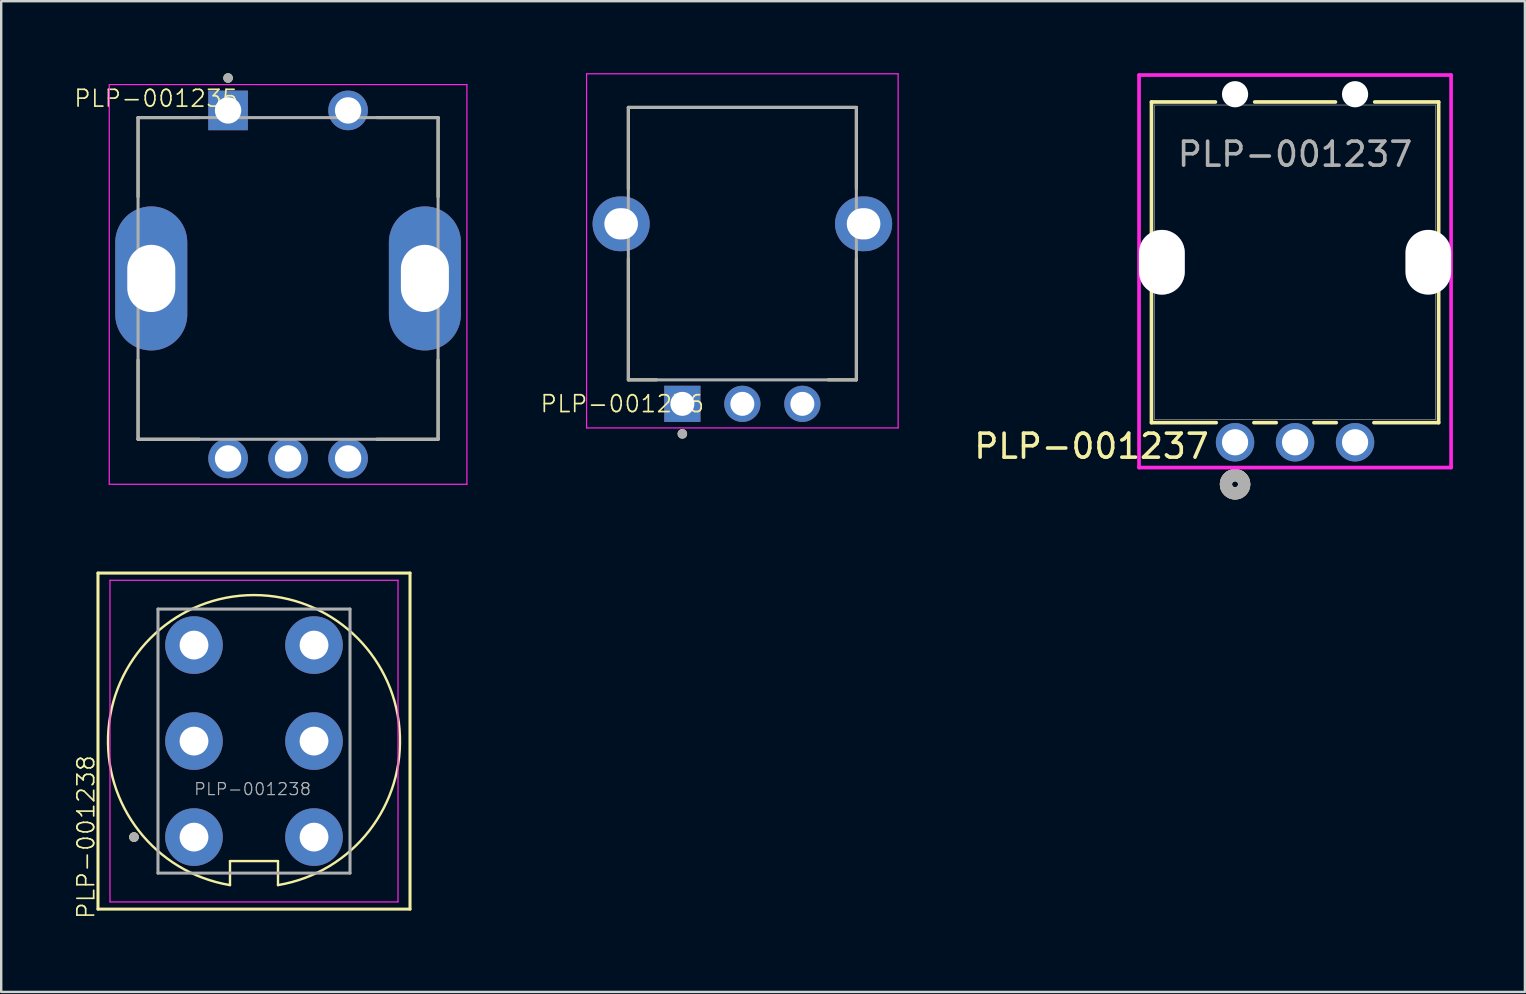
<source format=kicad_pcb>
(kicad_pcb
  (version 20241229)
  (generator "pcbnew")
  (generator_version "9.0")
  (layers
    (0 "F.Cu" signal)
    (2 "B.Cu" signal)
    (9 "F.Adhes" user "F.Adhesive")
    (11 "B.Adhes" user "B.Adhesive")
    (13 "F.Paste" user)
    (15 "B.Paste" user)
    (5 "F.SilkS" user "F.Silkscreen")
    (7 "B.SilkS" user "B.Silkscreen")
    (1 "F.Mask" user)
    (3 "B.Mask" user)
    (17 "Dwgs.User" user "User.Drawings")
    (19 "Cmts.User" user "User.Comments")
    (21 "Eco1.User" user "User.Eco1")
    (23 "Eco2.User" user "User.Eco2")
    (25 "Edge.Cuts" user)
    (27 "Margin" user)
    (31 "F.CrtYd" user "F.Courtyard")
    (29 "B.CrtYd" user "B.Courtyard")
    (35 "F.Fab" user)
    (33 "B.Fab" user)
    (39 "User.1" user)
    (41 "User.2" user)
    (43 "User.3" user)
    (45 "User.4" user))
  (footprint "PLP-001235"
    (layer "F.Cu")
    (at 8.952 8.55)
    (property "Reference" "PLP-001235" (at -5.5 -7.5 0) (layer "F.SilkS") (effects (font (size 0.7 0.7) (thickness 0.07))))
    (attr through_hole)
    (fp_line (start -6.25 -6.7) (end -3.7 -6.7) (stroke (width 0.127) (type solid)) (layer "F.SilkS"))
    (fp_line (start -6.25 -3.4) (end -6.25 -6.7) (stroke (width 0.127) (type solid)) (layer "F.SilkS"))
    (fp_line (start -6.25 3.4) (end -6.25 6.7) (stroke (width 0.127) (type solid)) (layer "F.SilkS"))
    (fp_line (start -6.25 6.7) (end -3.7 6.7) (stroke (width 0.127) (type solid)) (layer "F.SilkS"))
    (fp_line (start 3.7 -6.7) (end 6.25 -6.7) (stroke (width 0.127) (type solid)) (layer "F.SilkS"))
    (fp_line (start 3.7 6.7) (end 6.25 6.7) (stroke (width 0.127) (type solid)) (layer "F.SilkS"))
    (fp_line (start 6.25 -6.7) (end 6.25 -3.4) (stroke (width 0.127) (type solid)) (layer "F.SilkS"))
    (fp_line (start 6.25 6.7) (end 6.25 3.4) (stroke (width 0.127) (type solid)) (layer "F.SilkS"))
    (fp_circle (center -2.5 -8.35) (end -2.4 -8.35) (stroke (width 0.2) (type solid)) (fill no) (layer "F.SilkS"))
    (fp_line (start -7.45 -8.075) (end -7.45 8.575) (stroke (width 0.05) (type solid)) (layer "F.CrtYd"))
    (fp_line (start -7.45 8.575) (end 7.45 8.575) (stroke (width 0.05) (type solid)) (layer "F.CrtYd"))
    (fp_line (start 7.45 -8.075) (end -7.45 -8.075) (stroke (width 0.05) (type solid)) (layer "F.CrtYd"))
    (fp_line (start 7.45 8.575) (end 7.45 -8.075) (stroke (width 0.05) (type solid)) (layer "F.CrtYd"))
    (fp_line (start -6.25 -6.7) (end 6.25 -6.7) (stroke (width 0.127) (type solid)) (layer "F.Fab"))
    (fp_line (start -6.25 6.7) (end -6.25 -6.7) (stroke (width 0.127) (type solid)) (layer "F.Fab"))
    (fp_line (start 6.25 -6.7) (end 6.25 6.7) (stroke (width 0.127) (type solid)) (layer "F.Fab"))
    (fp_line (start 6.25 6.7) (end -6.25 6.7) (stroke (width 0.127) (type solid)) (layer "F.Fab"))
    (fp_circle (center -2.5 -8.35) (end -2.4 -8.35) (stroke (width 0.2) (type solid)) (fill no) (layer "F.Fab"))
    (pad "1" thru_hole rect (at -2.5 -7) (size 1.65 1.65) (drill 1.1) (layers "*.Cu" "*.Mask"))
    (pad "2" thru_hole circle (at 2.5 -7) (size 1.65 1.65) (drill 1.1) (layers "*.Cu" "*.Mask"))
    (pad "A" thru_hole circle (at -2.5 7.5) (size 1.65 1.65) (drill 1.1) (layers "*.Cu" "*.Mask"))
    (pad "B" thru_hole circle (at 2.5 7.5) (size 1.65 1.65) (drill 1.1) (layers "*.Cu" "*.Mask"))
    (pad "C" thru_hole circle (at 0 7.5) (size 1.65 1.65) (drill 1.1) (layers "*.Cu" "*.Mask"))
    (pad "SH1" thru_hole oval (at -5.7 0) (size 3 6) (drill oval 2 2.8) (layers "*.Cu" "*.Mask"))
    (pad "SH2" thru_hole oval (at 5.7 0) (size 3 6) (drill oval 2 2.8) (layers "*.Cu" "*.Mask")))
  (footprint "PLP-001236"
    (layer "F.Cu")
    (at 27.878 6.275)
    (property "Reference" "PLP-001236" (at -5 7.5 0) (layer "F.SilkS") (effects (font (size 0.7 0.7) (thickness 0.07))))
    (attr through_hole)
    (fp_line (start -4.75 -4.85) (end 4.75 -4.85) (stroke (width 0.127) (type solid)) (layer "F.SilkS"))
    (fp_line (start -4.75 -1.46) (end -4.75 -4.85) (stroke (width 0.127) (type solid)) (layer "F.SilkS"))
    (fp_line (start -4.75 6.5) (end -4.75 1.46) (stroke (width 0.127) (type solid)) (layer "F.SilkS"))
    (fp_line (start -3.574 6.5) (end -4.75 6.5) (stroke (width 0.127) (type solid)) (layer "F.SilkS"))
    (fp_line (start 4.75 -4.85) (end 4.75 -1.46) (stroke (width 0.127) (type solid)) (layer "F.SilkS"))
    (fp_line (start 4.75 1.46) (end 4.75 6.5) (stroke (width 0.127) (type solid)) (layer "F.SilkS"))
    (fp_line (start 4.75 6.5) (end 3.574 6.5) (stroke (width 0.127) (type solid)) (layer "F.SilkS"))
    (fp_circle (center -2.5 8.75) (end -2.4 8.75) (stroke (width 0.2) (type solid)) (fill no) (layer "F.SilkS"))
    (fp_line (start -6.49 -6.25) (end -6.49 8.504) (stroke (width 0.05) (type solid)) (layer "F.CrtYd"))
    (fp_line (start -6.49 8.504) (end 6.49 8.504) (stroke (width 0.05) (type solid)) (layer "F.CrtYd"))
    (fp_line (start 6.49 -6.25) (end -6.49 -6.25) (stroke (width 0.05) (type solid)) (layer "F.CrtYd"))
    (fp_line (start 6.49 -6.25) (end 6.49 8.504) (stroke (width 0.05) (type solid)) (layer "F.CrtYd"))
    (fp_line (start -4.75 -4.85) (end 4.75 -4.85) (stroke (width 0.127) (type solid)) (layer "F.Fab"))
    (fp_line (start -4.75 6.5) (end -4.75 -4.85) (stroke (width 0.127) (type solid)) (layer "F.Fab"))
    (fp_line (start 4.75 -4.85) (end 4.75 6.5) (stroke (width 0.127) (type solid)) (layer "F.Fab"))
    (fp_line (start 4.75 6.5) (end -4.75 6.5) (stroke (width 0.127) (type solid)) (layer "F.Fab"))
    (fp_circle (center -2.5 8.75) (end -2.4 8.75) (stroke (width 0.2) (type solid)) (fill no) (layer "F.Fab"))
    (pad "1" thru_hole rect (at -2.5 7.5) (size 1.508 1.508) (drill 1) (layers "*.Cu" "*.Mask"))
    (pad "2" thru_hole circle (at 0 7.5) (size 1.508 1.508) (drill 1) (layers "*.Cu" "*.Mask"))
    (pad "3" thru_hole circle (at 2.5 7.5) (size 1.508 1.508) (drill 1) (layers "*.Cu" "*.Mask"))
    (pad "SH1" thru_hole oval (at -5.05 0) (size 2.38 2.28) (drill oval 1.4 1.3) (layers "*.Cu" "*.Mask"))
    (pad "SH2" thru_hole oval (at 5.05 0) (size 2.38 2.28) (drill oval 1.4 1.3) (layers "*.Cu" "*.Mask")))
  (footprint "PLP-001238"
    (layer "F.Cu")
    (at 7.532 27.825)
    (property "Reference" "PLP-001238" (at -7 4 90) (layer "F.SilkS") (effects (font (size 0.7 0.7) (thickness 0.07))))
    (attr smd)
    (fp_line (start -6.5 -7) (end -6.5 7) (stroke (width 0.127) (type solid)) (layer "F.SilkS"))
    (fp_line (start -6.5 -7) (end 6.5 -7) (stroke (width 0.127) (type solid)) (layer "F.SilkS"))
    (fp_line (start -6.5 7) (end 6.5 7) (stroke (width 0.127) (type solid)) (layer "F.SilkS"))
    (fp_line (start -1 5) (end 1 5) (stroke (width 0.1) (type solid)) (layer "F.SilkS"))
    (fp_line (start -1 6) (end -1 5) (stroke (width 0.1) (type solid)) (layer "F.SilkS"))
    (fp_line (start 1 5) (end 1 6) (stroke (width 0.1) (type solid)) (layer "F.SilkS"))
    (fp_line (start 6.5 -7) (end 6.5 7) (stroke (width 0.127) (type solid)) (layer "F.SilkS"))
    (fp_arc (start -1 6) (mid 0 -6.082763) (end 1 6) (stroke (width 0.1) (type default)) (layer "F.SilkS"))
    (fp_circle (center -5 4) (end -4.9 4) (stroke (width 0.2) (type solid)) (fill no) (layer "F.SilkS"))
    (fp_circle (center -5 4) (end -4.9 4) (stroke (width 0.2) (type solid)) (fill no) (layer "B.SilkS"))
    (fp_line (start -6 -6.7) (end -6 6.7) (stroke (width 0.05) (type solid)) (layer "F.CrtYd"))
    (fp_line (start -6 -6.7) (end 6 -6.7) (stroke (width 0.05) (type solid)) (layer "F.CrtYd"))
    (fp_line (start -6 6.7) (end 6 6.7) (stroke (width 0.05) (type solid)) (layer "F.CrtYd"))
    (fp_line (start 6 -6.7) (end 6 6.7) (stroke (width 0.05) (type solid)) (layer "F.CrtYd"))
    (fp_line (start -4 -5.5) (end -4 5.5) (stroke (width 0.127) (type solid)) (layer "F.Fab"))
    (fp_line (start -4 -5.5) (end 4 -5.5) (stroke (width 0.127) (type solid)) (layer "F.Fab"))
    (fp_line (start -4 5.5) (end 4 5.5) (stroke (width 0.127) (type solid)) (layer "F.Fab"))
    (fp_line (start 4 -5.5) (end 4 5.5) (stroke (width 0.127) (type solid)) (layer "F.Fab"))
    (fp_circle (center -5 4) (end -4.9 4) (stroke (width 0.2) (type solid)) (fill no) (layer "F.Fab"))
    (fp_text user "${REFERENCE}" (at -0.06 2 0) (layer "F.Fab") (effects (font (size 0.5 0.5) (thickness 0.05))))
    (pad "1" thru_hole circle (at -2.5 4) (size 2.4 2.4) (drill 1.2) (layers "*.Cu" "*.Mask"))
    (pad "2" thru_hole circle (at -2.5 0) (size 2.4 2.4) (drill 1.2) (layers "*.Cu" "*.Mask"))
    (pad "3" thru_hole circle (at -2.5 -4) (size 2.4 2.4) (drill 1.2) (layers "*.Cu" "*.Mask"))
    (pad "4" thru_hole circle (at 2.5 4) (size 2.4 2.4) (drill 1.2) (layers "*.Cu" "*.Mask"))
    (pad "5" thru_hole circle (at 2.5 0) (size 2.4 2.4) (drill 1.2) (layers "*.Cu" "*.Mask"))
    (pad "6" thru_hole circle (at 2.5 -4) (size 2.4 2.4) (drill 1.2) (layers "*.Cu" "*.Mask")))
  (footprint "PLP-001237"
    (layer "F.Cu")
    (at 50.905 15.376)
    (property "Reference" "PLP-001237" (at -3.5 0.75 0) (unlocked yes) (layer "F.SilkS") (effects (font (size 1 1) (thickness 0.15)) (justify right bottom)))
    (attr through_hole)
    (fp_line (start -5.982 -14.177) (end -5.982 -0.817) (stroke (width 0.152) (type solid)) (layer "F.SilkS"))
    (fp_line (start -5.982 -0.817) (end -3.285 -0.817) (stroke (width 0.152) (type solid)) (layer "F.SilkS"))
    (fp_line (start -3.317 -14.177) (end -5.982 -14.177) (stroke (width 0.152) (type solid)) (layer "F.SilkS"))
    (fp_line (start -1.715 -0.817) (end -0.785 -0.817) (stroke (width 0.152) (type solid)) (layer "F.SilkS"))
    (fp_line (start 0.785 -0.817) (end 1.715 -0.817) (stroke (width 0.152) (type solid)) (layer "F.SilkS"))
    (fp_line (start 1.683 -14.177) (end -1.683 -14.177) (stroke (width 0.152) (type solid)) (layer "F.SilkS"))
    (fp_line (start 3.285 -0.817) (end 5.982 -0.817) (stroke (width 0.152) (type solid)) (layer "F.SilkS"))
    (fp_line (start 5.982 -14.177) (end 3.317 -14.177) (stroke (width 0.152) (type solid)) (layer "F.SilkS"))
    (fp_line (start 5.982 -0.817) (end 5.982 -14.177) (stroke (width 0.152) (type solid)) (layer "F.SilkS"))
    (fp_circle (center -2.5 1.75) (end -2.119 1.75) (stroke (width 0.508) (type solid)) (fill no) (layer "F.SilkS"))
    (fp_circle (center -2.5 1.75) (end -2.119 1.75) (stroke (width 0.508) (type solid)) (fill no) (layer "B.SilkS"))
    (fp_line (start -6.5 -15.3) (end -6.5 1.054) (stroke (width 0.152) (type solid)) (layer "F.CrtYd"))
    (fp_line (start -6.5 1.054) (end 6.5 1.054) (stroke (width 0.152) (type solid)) (layer "F.CrtYd"))
    (fp_line (start 6.5 -15.3) (end -6.5 -15.3) (stroke (width 0.152) (type solid)) (layer "F.CrtYd"))
    (fp_line (start 6.5 1.054) (end 6.5 -15.3) (stroke (width 0.152) (type solid)) (layer "F.CrtYd"))
    (fp_line (start -5.855 -14.05) (end -5.855 -0.944) (stroke (width 0.025) (type solid)) (layer "F.Fab"))
    (fp_line (start -5.855 -0.944) (end 5.855 -0.944) (stroke (width 0.025) (type solid)) (layer "F.Fab"))
    (fp_line (start 5.855 -14.05) (end -5.855 -14.05) (stroke (width 0.025) (type solid)) (layer "F.Fab"))
    (fp_line (start 5.855 -0.944) (end 5.855 -14.05) (stroke (width 0.025) (type solid)) (layer "F.Fab"))
    (fp_circle (center -2.5 1.75) (end -2.119 1.75) (stroke (width 0.508) (type solid)) (fill no) (layer "F.Fab"))
    (fp_text user "${REFERENCE}" (at 0 -12 0) (unlocked yes) (layer "F.Fab") (effects (font (size 1 1) (thickness 0.15))))
    (pad "" np_thru_hole oval (at -5.55 -7.5) (size 1.905 2.7) (drill oval 1.905 2.692) (layers "*.Cu" "*.Mask"))
    (pad "" np_thru_hole circle (at -2.5 -14.5) (size 1.092 1.092) (drill 1.092) (layers "*.Cu" "*.Mask"))
    (pad "" np_thru_hole circle (at 2.5 -14.5) (size 1.092 1.092) (drill 1.092) (layers "*.Cu" "*.Mask"))
    (pad "" np_thru_hole oval (at 5.55 -7.5) (size 1.905 2.7) (drill oval 1.905 2.7) (layers "*.Cu" "*.Mask"))
    (pad "1" thru_hole circle (at -2.5 0) (size 1.6 1.6) (drill 1.092) (layers "*.Cu" "*.Mask"))
    (pad "2" thru_hole circle (at 0 0) (size 1.6 1.6) (drill 1.092) (layers "*.Cu" "*.Mask"))
    (pad "3" thru_hole circle (at 2.5 0) (size 1.6 1.6) (drill 1.092) (layers "*.Cu" "*.Mask")))
  (gr_rect
    (start -3 -3)
    (end 60.481 38.277)
    (stroke (width 0.1) (type default))
    (fill no)
    (layer "Edge.Cuts")))
</source>
